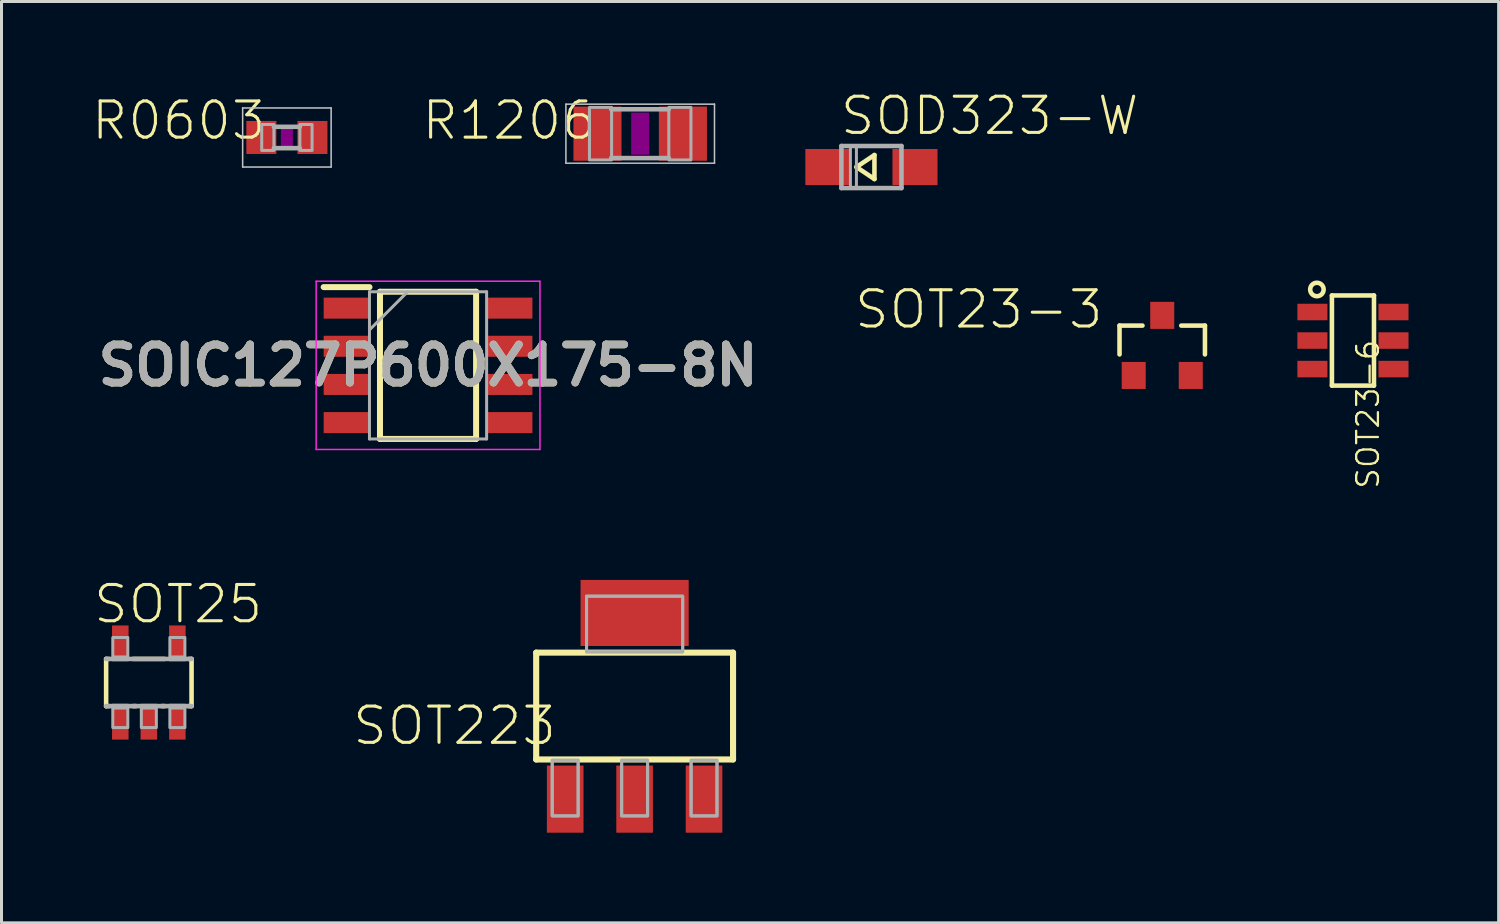
<source format=kicad_pcb>
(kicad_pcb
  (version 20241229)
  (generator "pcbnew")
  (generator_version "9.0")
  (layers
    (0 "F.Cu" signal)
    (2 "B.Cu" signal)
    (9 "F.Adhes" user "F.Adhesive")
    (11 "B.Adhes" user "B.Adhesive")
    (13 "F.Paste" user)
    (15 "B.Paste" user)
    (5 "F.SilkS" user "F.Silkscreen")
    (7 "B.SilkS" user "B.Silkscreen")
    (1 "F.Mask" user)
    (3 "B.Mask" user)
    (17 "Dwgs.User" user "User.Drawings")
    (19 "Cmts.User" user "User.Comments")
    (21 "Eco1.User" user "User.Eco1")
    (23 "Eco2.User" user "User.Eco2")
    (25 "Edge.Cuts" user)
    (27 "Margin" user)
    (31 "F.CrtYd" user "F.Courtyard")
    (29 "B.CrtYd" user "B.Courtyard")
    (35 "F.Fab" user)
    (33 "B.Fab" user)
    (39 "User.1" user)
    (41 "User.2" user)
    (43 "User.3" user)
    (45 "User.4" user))
  (footprint "SOIC127P600X175-8N"
    (layer "F.Cu")
    (at 11.2 9.113)
    (property "Reference" "SOIC127P600X175-8N" (at 0 0 0) (layer "F.SilkS") (effects (font (size 1.27 1.27) (thickness 0.254))))
    (attr smd)
    (fp_line (start -3.475 -2.605) (end -1.95 -2.605) (stroke (width 0.2) (type solid)) (layer "F.SilkS"))
    (fp_line (start -1.6 -2.45) (end 1.6 -2.45) (stroke (width 0.2) (type solid)) (layer "F.SilkS"))
    (fp_line (start -1.6 2.45) (end -1.6 -2.45) (stroke (width 0.2) (type solid)) (layer "F.SilkS"))
    (fp_line (start 1.6 -2.45) (end 1.6 2.45) (stroke (width 0.2) (type solid)) (layer "F.SilkS"))
    (fp_line (start 1.6 2.45) (end -1.6 2.45) (stroke (width 0.2) (type solid)) (layer "F.SilkS"))
    (fp_line (start -3.725 -2.8) (end 3.725 -2.8) (stroke (width 0.05) (type solid)) (layer "F.CrtYd"))
    (fp_line (start -3.725 2.8) (end -3.725 -2.8) (stroke (width 0.05) (type solid)) (layer "F.CrtYd"))
    (fp_line (start 3.725 -2.8) (end 3.725 2.8) (stroke (width 0.05) (type solid)) (layer "F.CrtYd"))
    (fp_line (start 3.725 2.8) (end -3.725 2.8) (stroke (width 0.05) (type solid)) (layer "F.CrtYd"))
    (fp_line (start -1.95 -2.45) (end 1.95 -2.45) (stroke (width 0.1) (type solid)) (layer "F.Fab"))
    (fp_line (start -1.95 -1.18) (end -0.68 -2.45) (stroke (width 0.1) (type solid)) (layer "F.Fab"))
    (fp_line (start -1.95 2.45) (end -1.95 -2.45) (stroke (width 0.1) (type solid)) (layer "F.Fab"))
    (fp_line (start 1.95 -2.45) (end 1.95 2.45) (stroke (width 0.1) (type solid)) (layer "F.Fab"))
    (fp_line (start 1.95 2.45) (end -1.95 2.45) (stroke (width 0.1) (type solid)) (layer "F.Fab"))
    (fp_text user "${REFERENCE}" (at 0 0 0) (layer "F.Fab") (effects (font (size 1.27 1.27) (thickness 0.254))))
    (pad "1" smd rect (at -2.712 -1.905 90) (size 0.7 1.525) (layers "F.Cu" "F.Mask" "F.Paste"))
    (pad "2" smd rect (at -2.712 -0.635 90) (size 0.7 1.525) (layers "F.Cu" "F.Mask" "F.Paste"))
    (pad "3" smd rect (at -2.712 0.635 90) (size 0.7 1.525) (layers "F.Cu" "F.Mask" "F.Paste"))
    (pad "4" smd rect (at -2.712 1.905 90) (size 0.7 1.525) (layers "F.Cu" "F.Mask" "F.Paste"))
    (pad "5" smd rect (at 2.712 1.905 90) (size 0.7 1.525) (layers "F.Cu" "F.Mask" "F.Paste"))
    (pad "6" smd rect (at 2.712 0.635 90) (size 0.7 1.525) (layers "F.Cu" "F.Mask" "F.Paste"))
    (pad "7" smd rect (at 2.712 -0.635 90) (size 0.7 1.525) (layers "F.Cu" "F.Mask" "F.Paste"))
    (pad "8" smd rect (at 2.712 -1.905 90) (size 0.7 1.525) (layers "F.Cu" "F.Mask" "F.Paste")))
  (footprint "SOD323-W"
    (layer "F.Cu")
    (at 25.961 2.511)
    (property "Reference" "SOD323-W" (at -1.1 -1 0) (layer "F.SilkS") (effects (font (size 1.206 1.206) (thickness 0.102)) (justify left bottom)))
    (attr through_hole)
    (fp_line (start -0.5 0) (end 0.1 -0.4) (stroke (width 0.152) (type solid)) (layer "F.SilkS"))
    (fp_line (start 0.1 -0.4) (end 0.1 0.4) (stroke (width 0.152) (type solid)) (layer "F.SilkS"))
    (fp_line (start 0.1 0.4) (end -0.5 0) (stroke (width 0.152) (type solid)) (layer "F.SilkS"))
    (fp_line (start -1 -0.7) (end 1 -0.7) (stroke (width 0.152) (type solid)) (layer "F.Fab"))
    (fp_line (start -1 0.7) (end -1 -0.7) (stroke (width 0.152) (type solid)) (layer "F.Fab"))
    (fp_line (start 1 -0.7) (end 1 0.7) (stroke (width 0.152) (type solid)) (layer "F.Fab"))
    (fp_line (start 1 0.7) (end -1 0.7) (stroke (width 0.152) (type solid)) (layer "F.Fab"))
    (fp_poly (pts (xy -0.7 0.7) (xy -0.5 0.7) (xy -0.5 -0.7) (xy -0.7 -0.7)) (stroke (width 0.1) (type solid)) (fill no) (layer "F.Fab"))
    (pad "A" smd rect (at 1.45 0) (size 1.5 1.2) (layers "F.Cu" "F.Mask" "F.Paste"))
    (pad "C" smd rect (at -1.45 0) (size 1.5 1.2) (layers "F.Cu" "F.Mask" "F.Paste")))
  (footprint "SOT23-3"
    (layer "F.Cu")
    (at 35.642 8.449)
    (property "Reference" "SOT23-3" (at -1.905 -1.905 0) (layer "F.SilkS") (effects (font (size 1.206 1.206) (thickness 0.102)) (justify right top)))
    (attr through_hole)
    (fp_line (start -1.422 -0.66) (end -0.658 -0.66) (stroke (width 0.152) (type solid)) (layer "F.SilkS"))
    (fp_line (start -1.422 0.3) (end -1.422 -0.66) (stroke (width 0.152) (type solid)) (layer "F.SilkS"))
    (fp_line (start 0.633 -0.66) (end 1.422 -0.66) (stroke (width 0.152) (type solid)) (layer "F.SilkS"))
    (fp_line (start 1.422 -0.66) (end 1.422 0.3) (stroke (width 0.152) (type solid)) (layer "F.SilkS"))
    (pad "1" smd rect (at -0.95 1) (size 0.8 0.9) (layers "F.Cu" "F.Mask" "F.Paste"))
    (pad "2" smd rect (at 0.95 1) (size 0.8 0.9) (layers "F.Cu" "F.Mask" "F.Paste"))
    (pad "3" smd rect (at 0 -1) (size 0.8 0.9) (layers "F.Cu" "F.Mask" "F.Paste")))
  (footprint "R0603"
    (layer "F.Cu")
    (at 6.501 1.527)
    (property "Reference" "R0603" (at -0.635 -1.27 0) (layer "F.SilkS") (effects (font (size 1.206 1.206) (thickness 0.102)) (justify right top)))
    (attr through_hole)
    (fp_poly (pts (xy -0.2 0.4) (xy 0.2 0.4) (xy 0.2 -0.4) (xy -0.2 -0.4)) (stroke (width 0) (type solid)) (fill yes) (layer "F.Adhes"))
    (fp_line (start -1.473 -0.983) (end 1.473 -0.983) (stroke (width 0.051) (type solid)) (layer "Dwgs.User"))
    (fp_line (start -1.473 0.983) (end -1.473 -0.983) (stroke (width 0.051) (type solid)) (layer "Dwgs.User"))
    (fp_line (start 1.473 -0.983) (end 1.473 0.983) (stroke (width 0.051) (type solid)) (layer "Dwgs.User"))
    (fp_line (start 1.473 0.983) (end -1.473 0.983) (stroke (width 0.051) (type solid)) (layer "Dwgs.User"))
    (fp_line (start -0.432 0.356) (end 0.432 0.356) (stroke (width 0.152) (type solid)) (layer "F.Fab"))
    (fp_line (start 0.432 -0.356) (end -0.432 -0.356) (stroke (width 0.152) (type solid)) (layer "F.Fab"))
    (fp_poly (pts (xy -0.838 0.432) (xy -0.432 0.432) (xy -0.432 -0.432) (xy -0.838 -0.432)) (stroke (width 0.1) (type solid)) (fill no) (layer "F.Fab"))
    (fp_poly (pts (xy 0.432 0.432) (xy 0.838 0.432) (xy 0.838 -0.432) (xy 0.432 -0.432)) (stroke (width 0.1) (type solid)) (fill no) (layer "F.Fab"))
    (pad "1" smd rect (at -0.85 0) (size 1 1.1) (layers "F.Cu" "F.Mask" "F.Paste"))
    (pad "2" smd rect (at 0.85 0) (size 1 1.1) (layers "F.Cu" "F.Mask" "F.Paste")))
  (footprint "SOT223"
    (layer "F.Cu")
    (at 18.077 20.455)
    (property "Reference" "SOT223" (at -2.54 -0.051 0) (layer "F.SilkS") (effects (font (size 1.206 1.206) (thickness 0.102)) (justify right top)))
    (attr through_hole)
    (fp_line (start -3.277 -1.778) (end 3.277 -1.778) (stroke (width 0.203) (type solid)) (layer "F.SilkS"))
    (fp_line (start -3.277 1.778) (end -3.277 -1.778) (stroke (width 0.203) (type solid)) (layer "F.SilkS"))
    (fp_line (start 3.277 -1.778) (end 3.277 1.778) (stroke (width 0.203) (type solid)) (layer "F.SilkS"))
    (fp_line (start 3.277 1.778) (end -3.277 1.778) (stroke (width 0.203) (type solid)) (layer "F.SilkS"))
    (fp_poly (pts (xy -2.743 3.658) (xy -1.88 3.658) (xy -1.88 1.803) (xy -2.743 1.803)) (stroke (width 0.1) (type solid)) (fill no) (layer "F.Fab"))
    (fp_poly (pts (xy -2.743 3.658) (xy -1.88 3.658) (xy -1.88 1.803) (xy -2.743 1.803)) (stroke (width 0.1) (type solid)) (fill no) (layer "F.Fab"))
    (fp_poly (pts (xy -1.6 -1.803) (xy 1.6 -1.803) (xy 1.6 -3.658) (xy -1.6 -3.658)) (stroke (width 0.1) (type solid)) (fill no) (layer "F.Fab"))
    (fp_poly (pts (xy -1.6 -1.803) (xy 1.6 -1.803) (xy 1.6 -3.658) (xy -1.6 -3.658)) (stroke (width 0.1) (type solid)) (fill no) (layer "F.Fab"))
    (fp_poly (pts (xy -0.432 3.658) (xy 0.432 3.658) (xy 0.432 1.803) (xy -0.432 1.803)) (stroke (width 0.1) (type solid)) (fill no) (layer "F.Fab"))
    (fp_poly (pts (xy -0.432 3.658) (xy 0.432 3.658) (xy 0.432 1.803) (xy -0.432 1.803)) (stroke (width 0.1) (type solid)) (fill no) (layer "F.Fab"))
    (fp_poly (pts (xy 1.88 3.658) (xy 2.743 3.658) (xy 2.743 1.803) (xy 1.88 1.803)) (stroke (width 0.1) (type solid)) (fill no) (layer "F.Fab"))
    (fp_poly (pts (xy 1.88 3.658) (xy 2.743 3.658) (xy 2.743 1.803) (xy 1.88 1.803)) (stroke (width 0.1) (type solid)) (fill no) (layer "F.Fab"))
    (pad "1" smd rect (at -2.311 3.099) (size 1.219 2.235) (layers "F.Cu" "F.Mask" "F.Paste"))
    (pad "2" smd rect (at 0 3.099) (size 1.219 2.235) (layers "F.Cu" "F.Mask" "F.Paste"))
    (pad "3" smd rect (at 2.311 3.099) (size 1.219 2.235) (layers "F.Cu" "F.Mask" "F.Paste"))
    (pad "4" smd rect (at 0 -3.099) (size 3.6 2.2) (layers "F.Cu" "F.Mask" "F.Paste")))
  (footprint "SOT23-6"
    (layer "F.Cu")
    (at 41.991 8.287)
    (property "Reference" "SOT23-6" (at 0.076 -0.079 90) (layer "F.SilkS") (effects (font (size 0.724 0.724) (thickness 0.076)) (justify right top)))
    (attr through_hole)
    (fp_line (start -0.7 -1.5) (end 0.7 -1.5) (stroke (width 0.152) (type solid)) (layer "F.SilkS"))
    (fp_line (start -0.7 1.5) (end -0.7 -1.5) (stroke (width 0.152) (type solid)) (layer "F.SilkS"))
    (fp_line (start 0.7 -1.5) (end 0.7 1.5) (stroke (width 0.152) (type solid)) (layer "F.SilkS"))
    (fp_line (start 0.7 1.5) (end -0.7 1.5) (stroke (width 0.152) (type solid)) (layer "F.SilkS"))
    (fp_circle (center -1.2 -1.7) (end -0.976 -1.7) (stroke (width 0.152) (type solid)) (fill no) (layer "F.SilkS"))
    (pad "1" smd rect (at -1.35 -0.95) (size 1 0.55) (layers "F.Cu" "F.Mask" "F.Paste"))
    (pad "2" smd rect (at -1.35 0) (size 1 0.55) (layers "F.Cu" "F.Mask" "F.Paste"))
    (pad "3" smd rect (at -1.35 0.95) (size 1 0.55) (layers "F.Cu" "F.Mask" "F.Paste"))
    (pad "4" smd rect (at 1.35 0.95) (size 1 0.55) (layers "F.Cu" "F.Mask" "F.Paste"))
    (pad "5" smd rect (at 1.35 0) (size 1 0.55) (layers "F.Cu" "F.Mask" "F.Paste"))
    (pad "6" smd rect (at 1.35 -0.95) (size 1 0.55) (layers "F.Cu" "F.Mask" "F.Paste")))
  (footprint "R1206"
    (layer "F.Cu")
    (at 18.263 1.4)
    (property "Reference" "R1206" (at -1.397 -1.143 0) (layer "F.SilkS") (effects (font (size 1.206 1.206) (thickness 0.102)) (justify right top)))
    (attr through_hole)
    (fp_poly (pts (xy -0.3 0.7) (xy 0.3 0.7) (xy 0.3 -0.7) (xy -0.3 -0.7)) (stroke (width 0) (type solid)) (fill yes) (layer "F.Adhes"))
    (fp_line (start -2.473 -0.983) (end 2.473 -0.983) (stroke (width 0.051) (type solid)) (layer "Dwgs.User"))
    (fp_line (start -2.473 0.983) (end -2.473 -0.983) (stroke (width 0.051) (type solid)) (layer "Dwgs.User"))
    (fp_line (start 2.473 -0.983) (end 2.473 0.983) (stroke (width 0.051) (type solid)) (layer "Dwgs.User"))
    (fp_line (start 2.473 0.983) (end -2.473 0.983) (stroke (width 0.051) (type solid)) (layer "Dwgs.User"))
    (fp_line (start 0.953 -0.813) (end -0.965 -0.813) (stroke (width 0.152) (type solid)) (layer "F.Fab"))
    (fp_line (start 0.953 0.813) (end -0.965 0.813) (stroke (width 0.152) (type solid)) (layer "F.Fab"))
    (fp_poly (pts (xy -1.689 0.876) (xy -0.953 0.876) (xy -0.953 -0.876) (xy -1.689 -0.876)) (stroke (width 0.1) (type solid)) (fill no) (layer "F.Fab"))
    (fp_poly (pts (xy 0.953 0.876) (xy 1.689 0.876) (xy 1.689 -0.876) (xy 0.953 -0.876)) (stroke (width 0.1) (type solid)) (fill no) (layer "F.Fab"))
    (pad "1" smd rect (at -1.422 0) (size 1.6 1.803) (layers "F.Cu" "F.Mask" "F.Paste"))
    (pad "2" smd rect (at 1.422 0) (size 1.6 1.803) (layers "F.Cu" "F.Mask" "F.Paste")))
  (footprint "SOT25"
    (layer "F.Cu")
    (at 1.905 19.672)
    (property "Reference" "SOT25" (at -1.905 -1.905 0) (layer "F.SilkS") (effects (font (size 1.206 1.206) (thickness 0.102)) (justify left bottom)))
    (attr through_hole)
    (fp_line (start -1.422 -0.785) (end -1.328 -0.785) (stroke (width 0.152) (type solid)) (layer "F.SilkS"))
    (fp_line (start -1.422 0.785) (end -1.422 -0.785) (stroke (width 0.152) (type solid)) (layer "F.SilkS"))
    (fp_line (start -1.328 0.785) (end -1.422 0.785) (stroke (width 0.152) (type solid)) (layer "F.SilkS"))
    (fp_line (start -0.522 -0.785) (end 0.522 -0.785) (stroke (width 0.152) (type solid)) (layer "F.SilkS"))
    (fp_line (start -0.428 0.785) (end -0.522 0.785) (stroke (width 0.152) (type solid)) (layer "F.SilkS"))
    (fp_line (start 0.522 0.785) (end 0.428 0.785) (stroke (width 0.152) (type solid)) (layer "F.SilkS"))
    (fp_line (start 1.328 -0.785) (end 1.422 -0.785) (stroke (width 0.152) (type solid)) (layer "F.SilkS"))
    (fp_line (start 1.422 -0.785) (end 1.422 0.785) (stroke (width 0.152) (type solid)) (layer "F.SilkS"))
    (fp_line (start 1.422 0.785) (end 1.328 0.785) (stroke (width 0.152) (type solid)) (layer "F.SilkS"))
    (fp_line (start -1.422 -0.785) (end 1.422 -0.785) (stroke (width 0.152) (type solid)) (layer "F.Fab"))
    (fp_line (start 1.422 0.785) (end -1.422 0.785) (stroke (width 0.152) (type solid)) (layer "F.Fab"))
    (fp_poly (pts (xy -1.2 -0.85) (xy -0.7 -0.85) (xy -0.7 -1.5) (xy -1.2 -1.5)) (stroke (width 0.1) (type solid)) (fill no) (layer "F.Fab"))
    (fp_poly (pts (xy -1.2 1.5) (xy -0.7 1.5) (xy -0.7 0.85) (xy -1.2 0.85)) (stroke (width 0.1) (type solid)) (fill no) (layer "F.Fab"))
    (fp_poly (pts (xy -0.25 1.5) (xy 0.25 1.5) (xy 0.25 0.85) (xy -0.25 0.85)) (stroke (width 0.1) (type solid)) (fill no) (layer "F.Fab"))
    (fp_poly (pts (xy 0.7 -0.85) (xy 1.2 -0.85) (xy 1.2 -1.5) (xy 0.7 -1.5)) (stroke (width 0.1) (type solid)) (fill no) (layer "F.Fab"))
    (fp_poly (pts (xy 0.7 1.5) (xy 1.2 1.5) (xy 1.2 0.85) (xy 0.7 0.85)) (stroke (width 0.1) (type solid)) (fill no) (layer "F.Fab"))
    (pad "1" smd rect (at -0.95 1.3) (size 0.55 1.2) (layers "F.Cu" "F.Mask" "F.Paste"))
    (pad "2" smd rect (at 0 1.3) (size 0.55 1.2) (layers "F.Cu" "F.Mask" "F.Paste"))
    (pad "3" smd rect (at 0.95 1.3) (size 0.55 1.2) (layers "F.Cu" "F.Mask" "F.Paste"))
    (pad "4" smd rect (at 0.95 -1.3) (size 0.55 1.2) (layers "F.Cu" "F.Mask" "F.Paste"))
    (pad "5" smd rect (at -0.95 -1.3) (size 0.55 1.2) (layers "F.Cu" "F.Mask" "F.Paste")))
  (gr_rect
    (start -3 -3)
    (end 46.841 27.671)
    (stroke (width 0.1) (type default))
    (fill no)
    (layer "Edge.Cuts")))
</source>
